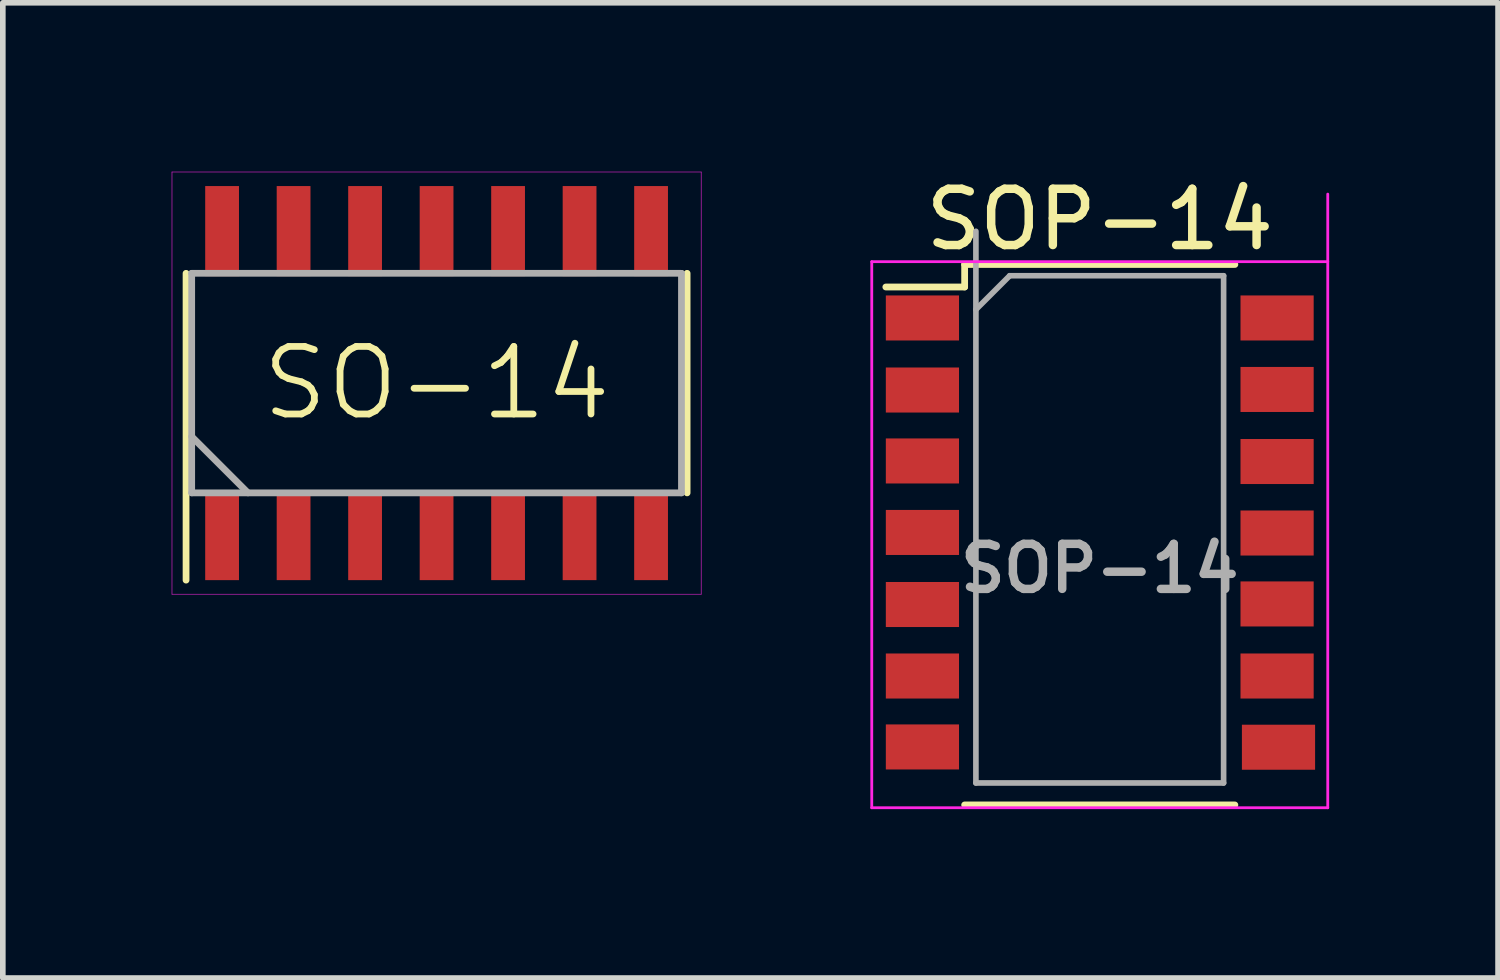
<source format=kicad_pcb>
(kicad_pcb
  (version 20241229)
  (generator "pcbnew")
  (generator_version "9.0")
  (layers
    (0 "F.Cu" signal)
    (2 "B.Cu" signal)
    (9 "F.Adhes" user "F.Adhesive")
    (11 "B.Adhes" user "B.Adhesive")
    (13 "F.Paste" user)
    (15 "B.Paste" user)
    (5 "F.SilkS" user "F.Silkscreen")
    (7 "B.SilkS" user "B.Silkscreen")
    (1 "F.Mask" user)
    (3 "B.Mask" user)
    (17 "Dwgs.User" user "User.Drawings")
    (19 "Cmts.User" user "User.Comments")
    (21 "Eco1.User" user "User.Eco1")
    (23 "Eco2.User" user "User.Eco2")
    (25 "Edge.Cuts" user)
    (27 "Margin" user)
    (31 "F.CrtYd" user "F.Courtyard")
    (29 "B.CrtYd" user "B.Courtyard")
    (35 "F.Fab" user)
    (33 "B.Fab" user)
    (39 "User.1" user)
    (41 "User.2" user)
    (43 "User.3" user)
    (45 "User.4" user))
  (footprint "SO-14"
    (layer "F.Cu")
    (at 4.705 3.755)
    (property "Reference" "SO-14" (at 0 0 0) (layer "F.SilkS") (effects (font (size 1.2 1.2) (thickness 0.12))))
    (attr smd)
    (fp_line (start -4.45 -1.95) (end -4.45 3.5) (stroke (width 0.12) (type solid)) (layer "F.SilkS"))
    (fp_line (start 4.45 1.95) (end 4.45 -1.95) (stroke (width 0.12) (type solid)) (layer "F.SilkS"))
    (fp_line (start -4.7 -3.75) (end -4.7 3.75) (stroke (width 0.01) (type solid)) (layer "F.CrtYd"))
    (fp_line (start -4.7 3.75) (end 4.7 3.75) (stroke (width 0.01) (type solid)) (layer "F.CrtYd"))
    (fp_line (start 4.7 -3.75) (end -4.7 -3.75) (stroke (width 0.01) (type solid)) (layer "F.CrtYd"))
    (fp_line (start 4.7 3.75) (end 4.7 -3.75) (stroke (width 0.01) (type solid)) (layer "F.CrtYd"))
    (fp_line (start -4.35 -1.95) (end 4.35 -1.95) (stroke (width 0.12) (type solid)) (layer "F.Fab"))
    (fp_line (start -4.35 0.95) (end -3.35 1.95) (stroke (width 0.12) (type solid)) (layer "F.Fab"))
    (fp_line (start -4.35 1.95) (end -4.35 -1.95) (stroke (width 0.12) (type solid)) (layer "F.Fab"))
    (fp_line (start 4.35 -1.95) (end 4.35 1.95) (stroke (width 0.12) (type solid)) (layer "F.Fab"))
    (fp_line (start 4.35 1.95) (end -4.35 1.95) (stroke (width 0.12) (type solid)) (layer "F.Fab"))
    (pad "1" smd rect (at -3.81 2.7) (size 0.6 1.6) (layers "F.Cu" "F.Mask" "F.Paste"))
    (pad "2" smd rect (at -2.54 2.7) (size 0.6 1.6) (layers "F.Cu" "F.Mask" "F.Paste"))
    (pad "3" smd rect (at -1.27 2.7) (size 0.6 1.6) (layers "F.Cu" "F.Mask" "F.Paste"))
    (pad "4" smd rect (at 0 2.7) (size 0.6 1.6) (layers "F.Cu" "F.Mask" "F.Paste"))
    (pad "5" smd rect (at 1.27 2.7) (size 0.6 1.6) (layers "F.Cu" "F.Mask" "F.Paste"))
    (pad "6" smd rect (at 2.54 2.7) (size 0.6 1.6) (layers "F.Cu" "F.Mask" "F.Paste"))
    (pad "7" smd rect (at 3.81 2.7) (size 0.6 1.6) (layers "F.Cu" "F.Mask" "F.Paste"))
    (pad "8" smd rect (at 3.81 -2.7) (size 0.6 1.6) (layers "F.Cu" "F.Mask" "F.Paste"))
    (pad "9" smd rect (at 2.54 -2.7) (size 0.6 1.6) (layers "F.Cu" "F.Mask" "F.Paste"))
    (pad "10" smd rect (at 1.27 -2.7) (size 0.6 1.6) (layers "F.Cu" "F.Mask" "F.Paste"))
    (pad "11" smd rect (at 0 -2.7) (size 0.6 1.6) (layers "F.Cu" "F.Mask" "F.Paste"))
    (pad "12" smd rect (at -1.27 -2.7) (size 0.6 1.6) (layers "F.Cu" "F.Mask" "F.Paste"))
    (pad "13" smd rect (at -2.54 -2.7) (size 0.6 1.6) (layers "F.Cu" "F.Mask" "F.Paste"))
    (pad "14" smd rect (at -3.81 -2.7) (size 0.6 1.6) (layers "F.Cu" "F.Mask" "F.Paste")))
  (footprint "SOP-14"
    (layer "F.Cu")
    (at 16.485 7.048)
    (property "Reference" "SOP-14" (at 0 -6.2 0) (layer "F.SilkS") (effects (font (size 1 1) (thickness 0.15))))
    (attr smd)
    (fp_line (start -2.4 -5.4) (end -2.4 -5) (stroke (width 0.12) (type solid)) (layer "F.SilkS"))
    (fp_line (start -2.4 -5.4) (end 2.4 -5.4) (stroke (width 0.12) (type solid)) (layer "F.SilkS"))
    (fp_line (start -2.4 -5) (end -3.8 -5) (stroke (width 0.12) (type solid)) (layer "F.SilkS"))
    (fp_line (start -2.4 4.2) (end 2.4 4.2) (stroke (width 0.12) (type solid)) (layer "F.SilkS"))
    (fp_line (start -4.05 -5.45) (end -4.05 4.25) (stroke (width 0.05) (type solid)) (layer "F.CrtYd"))
    (fp_line (start -4.05 -5.45) (end 4.05 -5.45) (stroke (width 0.05) (type solid)) (layer "F.CrtYd"))
    (fp_line (start 4.05 4.25) (end -4.05 4.25) (stroke (width 0.05) (type solid)) (layer "F.CrtYd"))
    (fp_line (start 4.05 4.25) (end 4.05 -6.65) (stroke (width 0.05) (type solid)) (layer "F.CrtYd"))
    (fp_line (start -2.2 -4.6) (end -1.6 -5.2) (stroke (width 0.1) (type solid)) (layer "F.Fab"))
    (fp_line (start -2.2 3.81) (end -2.2 -5.99) (stroke (width 0.1) (type solid)) (layer "F.Fab"))
    (fp_line (start -1.6 -5.2) (end 2.2 -5.2) (stroke (width 0.1) (type solid)) (layer "F.Fab"))
    (fp_line (start 2.2 -5.2) (end 2.2 3.81) (stroke (width 0.1) (type solid)) (layer "F.Fab"))
    (fp_line (start 2.2 3.81) (end -2.2 3.81) (stroke (width 0.1) (type solid)) (layer "F.Fab"))
    (fp_text user "${REFERENCE}" (at 0 0 0) (layer "F.Fab") (effects (font (size 0.8 0.8) (thickness 0.15))))
    (pad "1" smd rect (at -3.15 -4.45) (size 1.3 0.8) (layers "F.Cu" "F.Mask" "F.Paste"))
    (pad "2" smd rect (at -3.15 -3.17) (size 1.3 0.8) (layers "F.Cu" "F.Mask" "F.Paste"))
    (pad "3" smd rect (at -3.15 -1.91) (size 1.3 0.8) (layers "F.Cu" "F.Mask" "F.Paste"))
    (pad "4" smd rect (at -3.15 -0.64) (size 1.3 0.8) (layers "F.Cu" "F.Mask" "F.Paste"))
    (pad "5" smd rect (at -3.15 0.64) (size 1.3 0.8) (layers "F.Cu" "F.Mask" "F.Paste"))
    (pad "6" smd rect (at -3.15 1.91) (size 1.3 0.8) (layers "F.Cu" "F.Mask" "F.Paste"))
    (pad "7" smd rect (at -3.15 3.17) (size 1.3 0.8) (layers "F.Cu" "F.Mask" "F.Paste"))
    (pad "8" smd rect (at 3.175 3.175) (size 1.3 0.8) (layers "F.Cu" "F.Mask" "F.Paste"))
    (pad "9" smd rect (at 3.15 1.91) (size 1.3 0.8) (layers "F.Cu" "F.Mask" "F.Paste"))
    (pad "10" smd rect (at 3.15 0.63) (size 1.3 0.8) (layers "F.Cu" "F.Mask" "F.Paste"))
    (pad "11" smd rect (at 3.15 -0.63) (size 1.3 0.8) (layers "F.Cu" "F.Mask" "F.Paste"))
    (pad "12" smd rect (at 3.15 -1.9) (size 1.3 0.8) (layers "F.Cu" "F.Mask" "F.Paste"))
    (pad "13" smd rect (at 3.15 -3.18) (size 1.3 0.8) (layers "F.Cu" "F.Mask" "F.Paste"))
    (pad "14" smd rect (at 3.15 -4.45) (size 1.3 0.8) (layers "F.Cu" "F.Mask" "F.Paste")))
  (gr_rect
    (start -3 -3)
    (end 23.56 14.323)
    (stroke (width 0.1) (type default))
    (fill no)
    (layer "Edge.Cuts")))
</source>
